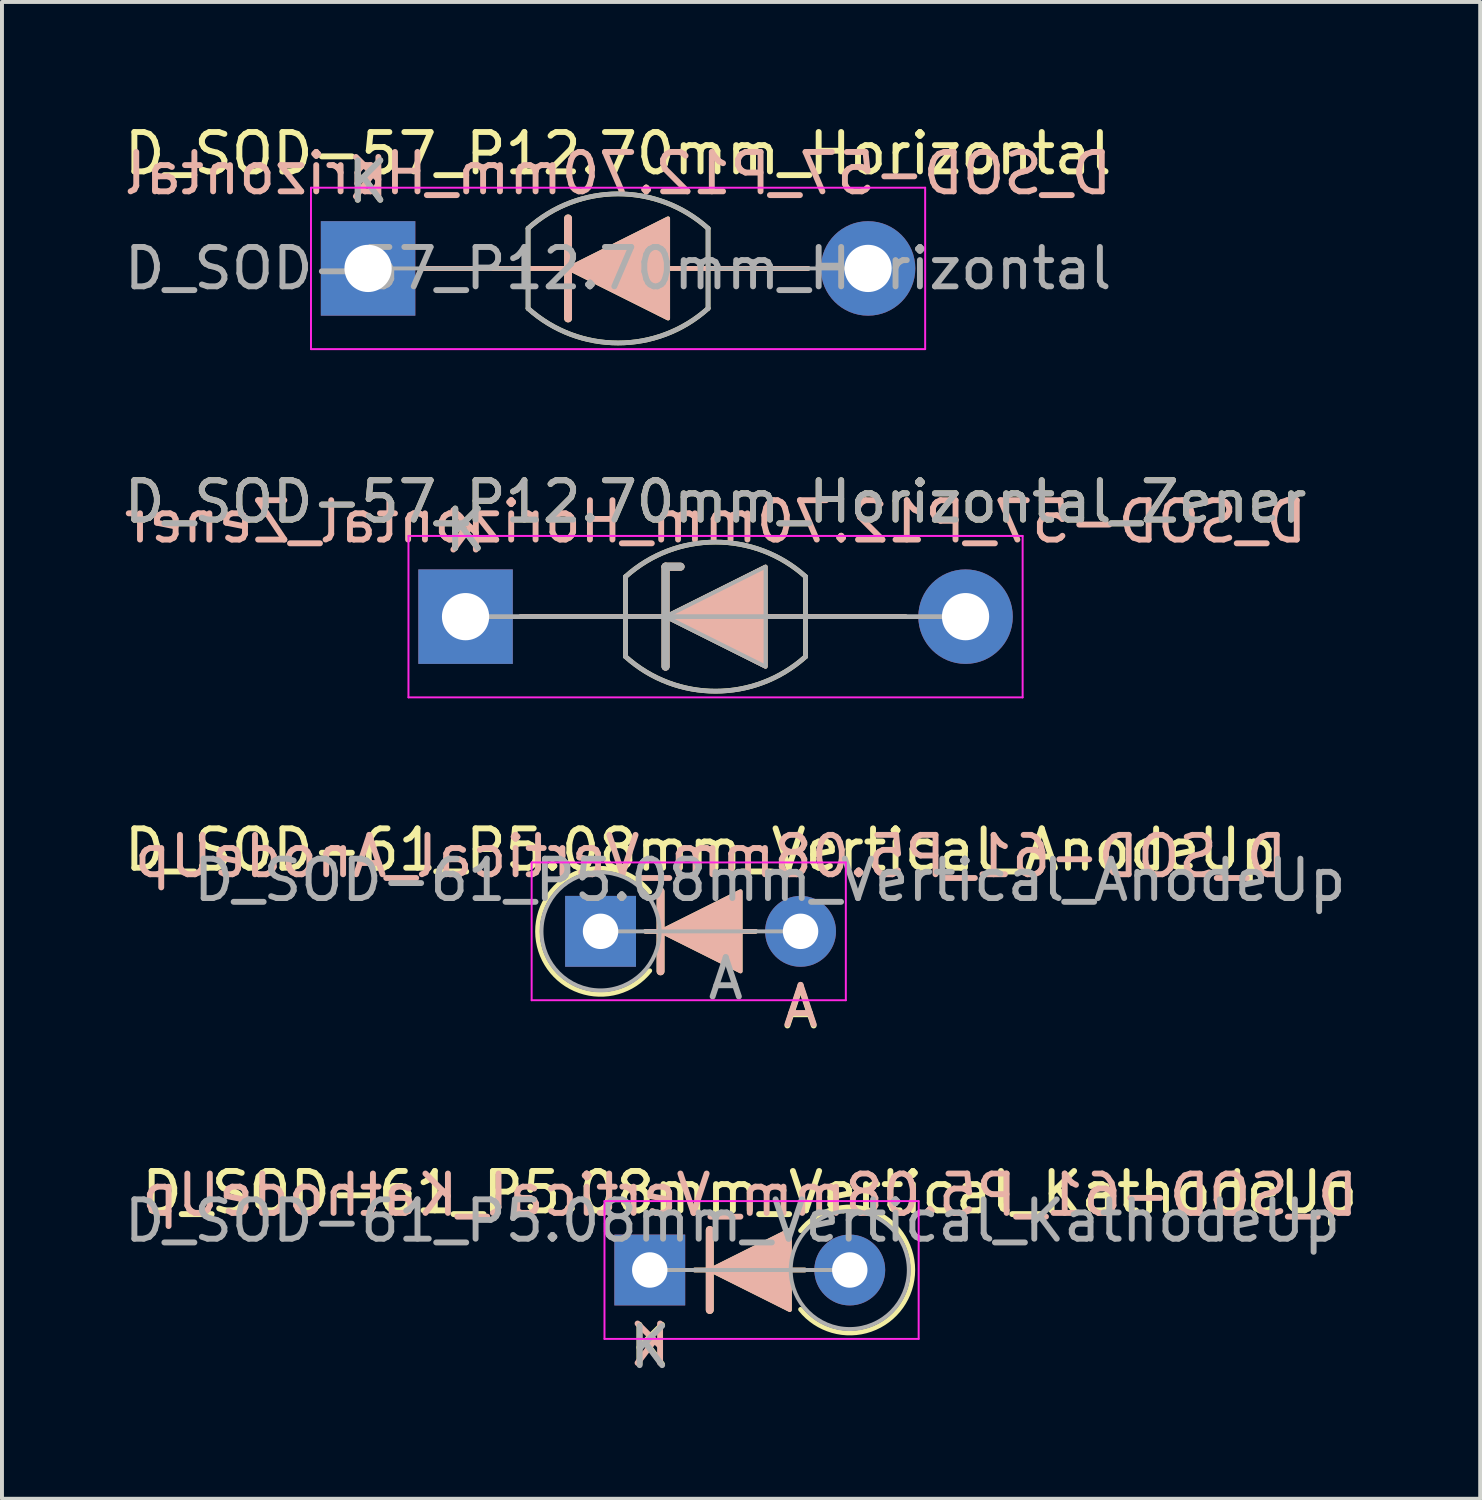
<source format=kicad_pcb>
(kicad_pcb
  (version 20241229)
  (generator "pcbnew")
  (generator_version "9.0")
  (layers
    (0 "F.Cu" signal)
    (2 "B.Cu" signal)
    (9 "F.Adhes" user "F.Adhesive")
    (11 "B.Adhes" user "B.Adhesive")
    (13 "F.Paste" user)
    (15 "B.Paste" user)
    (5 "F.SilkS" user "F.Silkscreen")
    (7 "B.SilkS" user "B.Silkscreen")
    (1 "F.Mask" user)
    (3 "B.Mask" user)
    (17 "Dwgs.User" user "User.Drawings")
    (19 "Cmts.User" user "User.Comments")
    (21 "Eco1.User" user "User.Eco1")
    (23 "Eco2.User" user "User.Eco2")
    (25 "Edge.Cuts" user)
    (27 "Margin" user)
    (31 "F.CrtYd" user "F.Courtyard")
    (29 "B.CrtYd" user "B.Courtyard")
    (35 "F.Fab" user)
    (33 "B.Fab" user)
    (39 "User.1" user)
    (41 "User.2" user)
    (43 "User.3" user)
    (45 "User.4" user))
  (footprint "D_SOD-61_P5.08mm_Vertical_KathodeUp"
    (layer "F.Cu")
    (at 13.454 29.208)
    (property "Reference" "D_SOD-61_P5.08mm_Vertical_KathodeUp" (at 2.54 -1.97 0) (layer "F.SilkS") (effects (font (size 1 1) (thickness 0.15))))
    (attr through_hole)
    (fp_line (start 1.143 0) (end 2.413 0) (stroke (width 0.12) (type solid)) (layer "F.SilkS"))
    (fp_line (start 1.524 -1.016) (end 1.524 1.016) (stroke (width 0.2) (type solid)) (layer "F.SilkS"))
    (fp_line (start 1.92 0) (end 3.937 0) (stroke (width 0.12) (type solid)) (layer "F.SilkS"))
    (fp_arc (start 3.83 -1) (mid 6.680781 0) (end 3.83 1) (stroke (width 0.12) (type default)) (layer "F.SilkS"))
    (fp_poly (pts (xy 3.556 1.016) (xy 1.524 0) (xy 3.556 -1.016)) (stroke (width 0.1) (type solid)) (fill yes) (layer "F.SilkS"))
    (fp_line (start 1.143 0) (end 2.413 0) (stroke (width 0.12) (type solid)) (layer "B.SilkS"))
    (fp_line (start 1.524 1.016) (end 1.524 -1.016) (stroke (width 0.2) (type solid)) (layer "B.SilkS"))
    (fp_line (start 1.92 0) (end 3.937 0) (stroke (width 0.12) (type solid)) (layer "B.SilkS"))
    (fp_poly (pts (xy 3.556 -1.016) (xy 1.524 0) (xy 3.556 1.016)) (stroke (width 0.1) (type solid)) (fill yes) (layer "B.SilkS"))
    (fp_line (start -1.15 -1.75) (end -1.15 1.75) (stroke (width 0.05) (type solid)) (layer "F.CrtYd"))
    (fp_line (start -1.15 1.75) (end 6.83 1.75) (stroke (width 0.05) (type solid)) (layer "F.CrtYd"))
    (fp_line (start 6.83 -1.75) (end -1.15 -1.75) (stroke (width 0.05) (type solid)) (layer "F.CrtYd"))
    (fp_line (start 6.83 1.75) (end 6.83 -1.75) (stroke (width 0.05) (type solid)) (layer "F.CrtYd"))
    (fp_line (start 0 0) (end 5.08 0) (stroke (width 0.1) (type solid)) (layer "F.Fab"))
    (fp_circle (center 5.08 0) (end 3.58 0) (stroke (width 0.1) (type solid)) (fill no) (layer "F.Fab"))
    (fp_text user "K" (at 0 1.936 0) (layer "F.SilkS") (effects (font (size 1 1) (thickness 0.15))))
    (fp_text user "${REFERENCE}" (at 2.54 -1.905 0) (layer "B.SilkS") (effects (font (size 1 1) (thickness 0.15)) (justify mirror)))
    (fp_text user "K" (at 0 1.905 0) (layer "B.SilkS") (effects (font (size 1 1) (thickness 0.15)) (justify mirror)))
    (fp_text user "K" (at 0.005 1.962 0) (layer "F.Fab") (effects (font (size 1 1) (thickness 0.15))))
    (fp_text user "${REFERENCE}" (at 2.1 -1.25 0) (layer "F.Fab") (effects (font (size 1 1) (thickness 0.15))))
    (pad "1" thru_hole rect (at 0 0) (size 1.8 1.8) (drill 0.9) (layers "*.Cu" "*.Mask"))
    (pad "2" thru_hole oval (at 5.08 0) (size 1.8 1.8) (drill 0.9) (layers "*.Cu" "*.Mask")))
  (footprint "D_SOD-57_P12.70mm_Horizontal_Zener"
    (layer "F.Cu")
    (at 8.775 12.613)
    (property "Reference" "D_SOD-57_P12.70mm_Horizontal_Zener" (at 6.35 -2.92 0) (layer "F.SilkS") (effects (font (size 1 1) (thickness 0.15))))
    (fp_line (start 1.397 0) (end 11.176 0) (stroke (width 0.12) (type solid)) (layer "F.SilkS"))
    (fp_line (start 4.064 -1.016) (end 4.064 1.016) (stroke (width 0.12) (type solid)) (layer "F.SilkS"))
    (fp_line (start 5.08 -1.27) (end 5.461 -1.27) (stroke (width 0.2) (type solid)) (layer "F.SilkS"))
    (fp_line (start 5.08 1.27) (end 5.08 -1.27) (stroke (width 0.2) (type solid)) (layer "F.SilkS"))
    (fp_line (start 8.636 -1.016) (end 8.636 1.016) (stroke (width 0.12) (type solid)) (layer "F.SilkS"))
    (fp_arc (start 4.064 -1.016) (mid 6.349999 -1.89322) (end 8.635998 -1.016) (stroke (width 0.12) (type solid)) (layer "F.SilkS"))
    (fp_arc (start 8.636 1.016) (mid 6.350001 1.89322) (end 4.064002 1.016) (stroke (width 0.12) (type solid)) (layer "F.SilkS"))
    (fp_poly (pts (xy 7.62 1.27) (xy 5.08 0) (xy 7.62 -1.27)) (stroke (width 0.1) (type solid)) (fill yes) (layer "F.SilkS"))
    (fp_line (start 1.397 0) (end 11.176 0) (stroke (width 0.12) (type solid)) (layer "B.SilkS"))
    (fp_line (start 5.08 -1.27) (end 5.08 1.27) (stroke (width 0.2) (type solid)) (layer "B.SilkS"))
    (fp_line (start 5.08 -1.27) (end 5.461 -1.27) (stroke (width 0.2) (type solid)) (layer "B.SilkS"))
    (fp_poly (pts (xy 7.62 -1.27) (xy 5.08 0) (xy 7.62 1.27)) (stroke (width 0.1) (type solid)) (fill yes) (layer "B.SilkS"))
    (fp_line (start -1.45 -2.05) (end -1.45 2.05) (stroke (width 0.05) (type solid)) (layer "F.CrtYd"))
    (fp_line (start -1.45 2.05) (end 14.15 2.05) (stroke (width 0.05) (type solid)) (layer "F.CrtYd"))
    (fp_line (start 14.15 -2.05) (end -1.45 -2.05) (stroke (width 0.05) (type solid)) (layer "F.CrtYd"))
    (fp_line (start 14.15 2.05) (end 14.15 -2.05) (stroke (width 0.05) (type solid)) (layer "F.CrtYd"))
    (fp_line (start 0 0) (end 12.7 0) (stroke (width 0.12) (type solid)) (layer "F.Fab"))
    (fp_line (start 4.064 -1.016) (end 4.064 1.016) (stroke (width 0.12) (type solid)) (layer "F.Fab"))
    (fp_line (start 5.08 -1.27) (end 5.461 -1.27) (stroke (width 0.2) (type solid)) (layer "F.Fab"))
    (fp_line (start 5.08 1.27) (end 5.08 -1.27) (stroke (width 0.2) (type solid)) (layer "F.Fab"))
    (fp_line (start 8.636 -1.016) (end 8.636 1.016) (stroke (width 0.12) (type solid)) (layer "F.Fab"))
    (fp_arc (start 4.064 -1.016) (mid 6.35037 -1.894241) (end 8.637132 -1.017021) (stroke (width 0.12) (type solid)) (layer "F.Fab"))
    (fp_arc (start 8.637134 1.014979) (mid 6.350764 1.89322) (end 4.064002 1.016) (stroke (width 0.12) (type solid)) (layer "F.Fab"))
    (fp_poly (pts (xy 7.62 1.27) (xy 5.08 0) (xy 7.62 -1.27)) (stroke (width 0.1) (type solid)) (fill no) (layer "F.Fab"))
    (fp_text user "K" (at 0 -2.2 0) (layer "F.SilkS") (effects (font (size 1 1) (thickness 0.15))))
    (fp_text user "${REFERENCE}" (at 6.35 -2.413 0) (layer "B.SilkS") (effects (font (size 1 1) (thickness 0.15)) (justify mirror)))
    (fp_text user "K" (at 0 -2.159 0) (layer "B.SilkS") (effects (font (size 1 1) (thickness 0.15)) (justify mirror)))
    (fp_text user "K" (at 0 -2.2 0) (layer "F.Fab") (effects (font (size 1 1) (thickness 0.15))))
    (fp_text user "${REFERENCE}" (at 6.35 -2.921 0) (layer "F.Fab") (effects (font (size 1 1) (thickness 0.15))))
    (pad "1" thru_hole rect (at 0 0) (size 2.4 2.4) (drill 1.2) (layers "*.Cu" "*.Mask"))
    (pad "2" thru_hole oval (at 12.7 0) (size 2.4 2.4) (drill 1.2) (layers "*.Cu" "*.Mask")))
  (footprint "D_SOD-57_P12.70mm_Horizontal"
    (layer "F.Cu")
    (at 6.299 3.768)
    (property "Reference" "D_SOD-57_P12.70mm_Horizontal" (at 6.35 -2.92 0) (layer "F.SilkS") (effects (font (size 1 1) (thickness 0.15))))
    (fp_line (start 1.397 0) (end 11.176 0) (stroke (width 0.12) (type solid)) (layer "F.SilkS"))
    (fp_line (start 4.064 -1.016) (end 4.064 1.016) (stroke (width 0.12) (type solid)) (layer "F.SilkS"))
    (fp_line (start 5.08 1.27) (end 5.08 -1.27) (stroke (width 0.2) (type solid)) (layer "F.SilkS"))
    (fp_line (start 8.636 -1.016) (end 8.636 1.016) (stroke (width 0.12) (type solid)) (layer "F.SilkS"))
    (fp_arc (start 4.064 -1.016) (mid 6.349999 -1.89322) (end 8.635998 -1.016) (stroke (width 0.12) (type solid)) (layer "F.SilkS"))
    (fp_arc (start 8.636 1.016) (mid 6.350001 1.89322) (end 4.064002 1.016) (stroke (width 0.12) (type solid)) (layer "F.SilkS"))
    (fp_poly (pts (xy 7.62 1.27) (xy 5.08 0) (xy 7.62 -1.27)) (stroke (width 0.1) (type solid)) (fill yes) (layer "F.SilkS"))
    (fp_line (start 1.397 0) (end 11.176 0) (stroke (width 0.12) (type solid)) (layer "B.SilkS"))
    (fp_line (start 5.08 -1.27) (end 5.08 1.27) (stroke (width 0.2) (type solid)) (layer "B.SilkS"))
    (fp_poly (pts (xy 7.62 -1.27) (xy 5.08 0) (xy 7.62 1.27)) (stroke (width 0.1) (type solid)) (fill yes) (layer "B.SilkS"))
    (fp_line (start -1.45 -2.05) (end -1.45 2.05) (stroke (width 0.05) (type solid)) (layer "F.CrtYd"))
    (fp_line (start -1.45 2.05) (end 14.15 2.05) (stroke (width 0.05) (type solid)) (layer "F.CrtYd"))
    (fp_line (start 14.15 -2.05) (end -1.45 -2.05) (stroke (width 0.05) (type solid)) (layer "F.CrtYd"))
    (fp_line (start 14.15 2.05) (end 14.15 -2.05) (stroke (width 0.05) (type solid)) (layer "F.CrtYd"))
    (fp_line (start 0 0) (end 4.064 0) (stroke (width 0.1) (type solid)) (layer "F.Fab"))
    (fp_line (start 4.064 -1.016) (end 4.064 1.016) (stroke (width 0.12) (type solid)) (layer "F.Fab"))
    (fp_line (start 8.636 -1.016) (end 8.636 1.016) (stroke (width 0.12) (type solid)) (layer "F.Fab"))
    (fp_line (start 12.7 0) (end 8.636 0) (stroke (width 0.1) (type solid)) (layer "F.Fab"))
    (fp_arc (start 4.064 -1.016) (mid 6.35037 -1.894241) (end 8.637132 -1.017021) (stroke (width 0.12) (type solid)) (layer "F.Fab"))
    (fp_arc (start 8.637134 1.014979) (mid 6.350764 1.89322) (end 4.064002 1.016) (stroke (width 0.12) (type solid)) (layer "F.Fab"))
    (fp_text user "K" (at 0 -2.2 0) (layer "F.SilkS") (effects (font (size 1 1) (thickness 0.15))))
    (fp_text user "K" (at 0 -2.286 0) (layer "B.SilkS") (effects (font (size 1 1) (thickness 0.15)) (justify mirror)))
    (fp_text user "${REFERENCE}" (at 6.35 -2.413 0) (layer "B.SilkS") (effects (font (size 1 1) (thickness 0.15)) (justify mirror)))
    (fp_text user "${REFERENCE}" (at 6.35 0 0) (layer "F.Fab") (effects (font (size 1 1) (thickness 0.15))))
    (fp_text user "K" (at 0 -2.2 0) (layer "F.Fab") (effects (font (size 1 1) (thickness 0.15))))
    (pad "1" thru_hole rect (at 0 0) (size 2.4 2.4) (drill 1.2) (layers "*.Cu" "*.Mask"))
    (pad "2" thru_hole oval (at 12.7 0) (size 2.4 2.4) (drill 1.2) (layers "*.Cu" "*.Mask")))
  (footprint "D_SOD-61_P5.08mm_Vertical_AnodeUp"
    (layer "F.Cu")
    (at 12.204 20.606)
    (property "Reference" "D_SOD-61_P5.08mm_Vertical_AnodeUp" (at 2.54 -2.07 0) (layer "F.SilkS") (effects (font (size 1 1) (thickness 0.15))))
    (attr through_hole)
    (fp_line (start 1.143 0) (end 2.413 0) (stroke (width 0.12) (type solid)) (layer "F.SilkS"))
    (fp_line (start 1.524 -1.016) (end 1.524 1.016) (stroke (width 0.2) (type solid)) (layer "F.SilkS"))
    (fp_line (start 1.92 0) (end 3.937 0) (stroke (width 0.12) (type solid)) (layer "F.SilkS"))
    (fp_arc (start 1.25 1) (mid -1.600781 0) (end 1.25 -1) (stroke (width 0.12) (type default)) (layer "F.SilkS"))
    (fp_poly (pts (xy 3.556 1.016) (xy 1.524 0) (xy 3.556 -1.016)) (stroke (width 0.1) (type solid)) (fill yes) (layer "F.SilkS"))
    (fp_line (start 1.143 0) (end 2.413 0) (stroke (width 0.12) (type solid)) (layer "B.SilkS"))
    (fp_line (start 1.524 1.016) (end 1.524 -1.016) (stroke (width 0.2) (type solid)) (layer "B.SilkS"))
    (fp_line (start 1.92 0) (end 3.937 0) (stroke (width 0.12) (type solid)) (layer "B.SilkS"))
    (fp_poly (pts (xy 3.556 -1.016) (xy 1.524 0) (xy 3.556 1.016)) (stroke (width 0.1) (type solid)) (fill yes) (layer "B.SilkS"))
    (fp_line (start -1.75 -1.75) (end -1.75 1.75) (stroke (width 0.05) (type solid)) (layer "F.CrtYd"))
    (fp_line (start -1.75 1.75) (end 6.23 1.75) (stroke (width 0.05) (type solid)) (layer "F.CrtYd"))
    (fp_line (start 6.23 -1.75) (end -1.75 -1.75) (stroke (width 0.05) (type solid)) (layer "F.CrtYd"))
    (fp_line (start 6.23 1.75) (end 6.23 -1.75) (stroke (width 0.05) (type solid)) (layer "F.CrtYd"))
    (fp_line (start 0 0) (end 5.08 0) (stroke (width 0.1) (type solid)) (layer "F.Fab"))
    (fp_circle (center 0 0) (end 1.5 0) (stroke (width 0.1) (type solid)) (fill no) (layer "F.Fab"))
    (fp_text user "A" (at 5.08 1.936 0) (layer "F.SilkS") (effects (font (size 1 1) (thickness 0.15))))
    (fp_text user "${REFERENCE}" (at 2.794 -1.905 0) (layer "B.SilkS") (effects (font (size 1 1) (thickness 0.15)) (justify mirror)))
    (fp_text user "A" (at 5.08 1.905 0) (layer "B.SilkS") (effects (font (size 1 1) (thickness 0.15)) (justify mirror)))
    (fp_text user "${REFERENCE}" (at 4.3 -1.3 0) (layer "F.Fab") (effects (font (size 1 1) (thickness 0.15))))
    (fp_text user "A" (at 3.18 1.2 0) (layer "F.Fab") (effects (font (size 1 1) (thickness 0.15))))
    (pad "1" thru_hole rect (at 0 0) (size 1.8 1.8) (drill 0.9) (layers "*.Cu" "*.Mask"))
    (pad "2" thru_hole oval (at 5.08 0) (size 1.8 1.8) (drill 0.9) (layers "*.Cu" "*.Mask")))
  (gr_rect
    (start -3 -3)
    (end 34.547 35.019)
    (stroke (width 0.1) (type default))
    (fill no)
    (layer "Edge.Cuts")))
</source>
